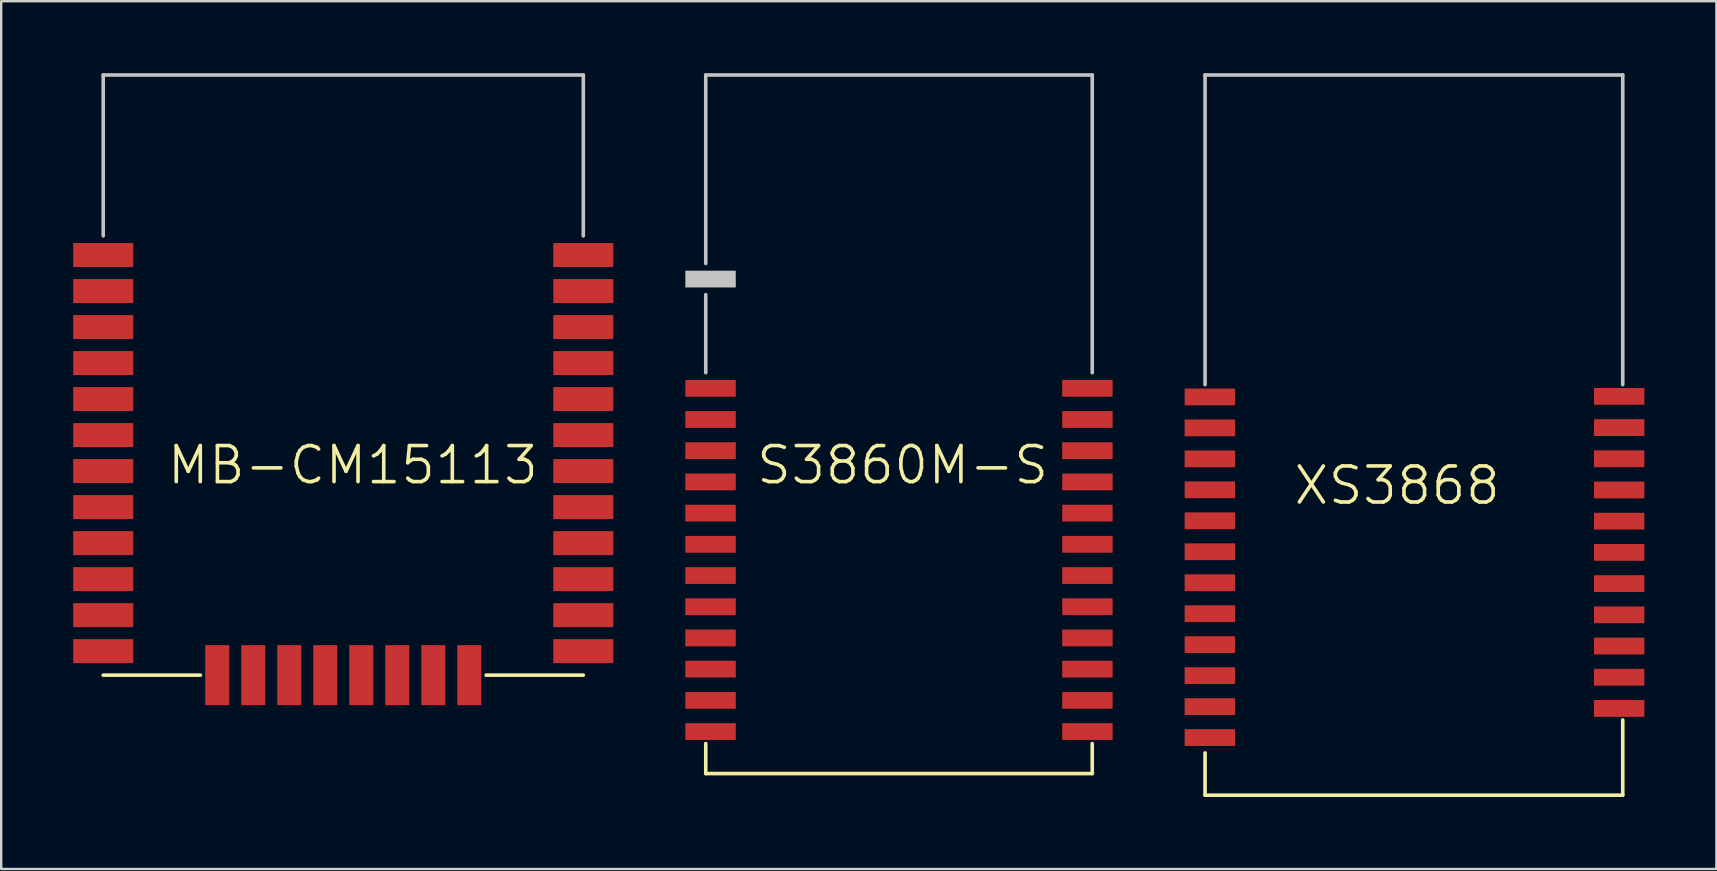
<source format=kicad_pcb>
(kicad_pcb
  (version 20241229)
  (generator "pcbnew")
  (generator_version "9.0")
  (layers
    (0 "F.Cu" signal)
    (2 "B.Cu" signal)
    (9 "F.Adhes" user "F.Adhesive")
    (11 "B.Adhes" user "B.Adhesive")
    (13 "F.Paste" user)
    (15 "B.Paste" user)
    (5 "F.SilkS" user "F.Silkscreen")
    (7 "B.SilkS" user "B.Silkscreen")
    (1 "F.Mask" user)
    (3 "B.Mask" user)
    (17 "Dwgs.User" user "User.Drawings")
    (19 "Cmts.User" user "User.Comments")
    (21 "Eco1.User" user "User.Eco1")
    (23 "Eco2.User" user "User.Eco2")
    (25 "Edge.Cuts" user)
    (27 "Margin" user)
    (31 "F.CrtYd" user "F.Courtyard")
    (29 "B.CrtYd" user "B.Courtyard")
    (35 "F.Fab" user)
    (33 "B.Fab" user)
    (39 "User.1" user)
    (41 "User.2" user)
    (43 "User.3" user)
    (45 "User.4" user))
  (footprint "S3860M-S"
    (layer "F.Cu")
    (at 26.55 28.975)
    (property "Reference" "S3860M-S" (at 8 -12.65 0) (layer "F.SilkS") (effects (font (size 1.5 1.5) (thickness 0.15))))
    (attr through_hole)
    (fp_line (start -0.2 -1.05) (end -0.2 0.2) (stroke (width 0.15) (type solid)) (layer "F.SilkS"))
    (fp_line (start -0.2 0.2) (end 15.9 0.2) (stroke (width 0.15) (type solid)) (layer "F.SilkS"))
    (fp_line (start 15.9 0.2) (end 15.9 -1.05) (stroke (width 0.15) (type solid)) (layer "F.SilkS"))
    (fp_line (start -0.2 -28.9) (end -0.2 -21.05) (stroke (width 0.15) (type solid)) (layer "Dwgs.User"))
    (fp_line (start -0.2 -19.75) (end -0.2 -16.5) (stroke (width 0.15) (type solid)) (layer "Dwgs.User"))
    (fp_line (start 15.9 -28.9) (end -0.2 -28.9) (stroke (width 0.15) (type solid)) (layer "Dwgs.User"))
    (fp_line (start 15.9 -16.5) (end 15.9 -28.9) (stroke (width 0.15) (type solid)) (layer "Dwgs.User"))
    (pad "" smd rect (at 0 -20.4) (size 2.1 0.7) (layers "Dwgs.User"))
    (pad "2" smd rect (at 0 -15.85) (size 2.1 0.7) (layers "F.Cu" "F.Mask" "F.Paste"))
    (pad "3" smd rect (at 0 -14.55) (size 2.1 0.7) (layers "F.Cu" "F.Mask" "F.Paste"))
    (pad "4" smd rect (at 0 -13.25) (size 2.1 0.7) (layers "F.Cu" "F.Mask" "F.Paste"))
    (pad "5" smd rect (at 0 -11.95) (size 2.1 0.7) (layers "F.Cu" "F.Mask" "F.Paste"))
    (pad "6" smd rect (at 0 -10.65) (size 2.1 0.7) (layers "F.Cu" "F.Mask" "F.Paste"))
    (pad "7" smd rect (at 0 -9.35) (size 2.1 0.7) (layers "F.Cu" "F.Mask" "F.Paste"))
    (pad "8" smd rect (at 0 -8.05) (size 2.1 0.7) (layers "F.Cu" "F.Mask" "F.Paste"))
    (pad "9" smd rect (at 0 -6.75) (size 2.1 0.7) (layers "F.Cu" "F.Mask" "F.Paste"))
    (pad "10" smd rect (at 0 -5.45) (size 2.1 0.7) (layers "F.Cu" "F.Mask" "F.Paste"))
    (pad "11" smd rect (at 0 -4.15) (size 2.1 0.7) (layers "F.Cu" "F.Mask" "F.Paste"))
    (pad "12" smd rect (at 0 -2.85) (size 2.1 0.7) (layers "F.Cu" "F.Mask" "F.Paste"))
    (pad "13" smd rect (at 0 -1.55) (size 2.1 0.7) (layers "F.Cu" "F.Mask" "F.Paste"))
    (pad "14" smd rect (at 15.7 -1.55) (size 2.1 0.7) (layers "F.Cu" "F.Mask" "F.Paste"))
    (pad "15" smd rect (at 15.7 -2.85) (size 2.1 0.7) (layers "F.Cu" "F.Mask" "F.Paste"))
    (pad "16" smd rect (at 15.7 -4.15) (size 2.1 0.7) (layers "F.Cu" "F.Mask" "F.Paste"))
    (pad "17" smd rect (at 15.7 -5.45) (size 2.1 0.7) (layers "F.Cu" "F.Mask" "F.Paste"))
    (pad "18" smd rect (at 15.7 -6.75) (size 2.1 0.7) (layers "F.Cu" "F.Mask" "F.Paste"))
    (pad "19" smd rect (at 15.7 -8.05) (size 2.1 0.7) (layers "F.Cu" "F.Mask" "F.Paste"))
    (pad "20" smd rect (at 15.7 -9.35) (size 2.1 0.7) (layers "F.Cu" "F.Mask" "F.Paste"))
    (pad "21" smd rect (at 15.7 -10.65) (size 2.1 0.7) (layers "F.Cu" "F.Mask" "F.Paste"))
    (pad "22" smd rect (at 15.7 -11.95) (size 2.1 0.7) (layers "F.Cu" "F.Mask" "F.Paste"))
    (pad "23" smd rect (at 15.7 -13.25) (size 2.1 0.7) (layers "F.Cu" "F.Mask" "F.Paste"))
    (pad "24" smd rect (at 15.7 -14.55) (size 2.1 0.7) (layers "F.Cu" "F.Mask" "F.Paste"))
    (pad "25" smd rect (at 15.7 -15.85) (size 2.1 0.7) (layers "F.Cu" "F.Mask" "F.Paste")))
  (footprint "XS3868"
    (layer "F.Cu")
    (at 47.35 28.975)
    (property "Reference" "XS3868" (at 7.8 -11.8 0) (layer "F.SilkS") (effects (font (size 1.5 1.5) (thickness 0.15))))
    (attr through_hole)
    (fp_line (start -0.2 -0.66) (end -0.2 1.1) (stroke (width 0.15) (type solid)) (layer "F.SilkS"))
    (fp_line (start -0.2 1.1) (end 17.2 1.1) (stroke (width 0.15) (type solid)) (layer "F.SilkS"))
    (fp_line (start 17.2 1.1) (end 17.2 -2.032) (stroke (width 0.15) (type solid)) (layer "F.SilkS"))
    (fp_line (start -0.2 -28.9) (end -0.2 -16.002) (stroke (width 0.15) (type solid)) (layer "Dwgs.User"))
    (fp_line (start 17.2 -28.9) (end -0.2 -28.9) (stroke (width 0.15) (type solid)) (layer "Dwgs.User"))
    (fp_line (start 17.2 -16.002) (end 17.2 -28.9) (stroke (width 0.15) (type solid)) (layer "Dwgs.User"))
    (pad "1" smd rect (at 0 -15.49) (size 2.1 0.7) (layers "F.Cu" "F.Mask" "F.Paste"))
    (pad "2" smd rect (at 0 -14.2) (size 2.1 0.7) (layers "F.Cu" "F.Mask" "F.Paste"))
    (pad "3" smd rect (at 0 -12.91) (size 2.1 0.7) (layers "F.Cu" "F.Mask" "F.Paste"))
    (pad "4" smd rect (at 0 -11.62) (size 2.1 0.7) (layers "F.Cu" "F.Mask" "F.Paste"))
    (pad "5" smd rect (at 0 -10.33) (size 2.1 0.7) (layers "F.Cu" "F.Mask" "F.Paste"))
    (pad "6" smd rect (at 0 -9.04) (size 2.1 0.7) (layers "F.Cu" "F.Mask" "F.Paste"))
    (pad "7" smd rect (at 0 -7.75) (size 2.1 0.7) (layers "F.Cu" "F.Mask" "F.Paste"))
    (pad "8" smd rect (at 0 -6.46) (size 2.1 0.7) (layers "F.Cu" "F.Mask" "F.Paste"))
    (pad "9" smd rect (at 0 -5.17) (size 2.1 0.7) (layers "F.Cu" "F.Mask" "F.Paste"))
    (pad "10" smd rect (at 0 -3.88) (size 2.1 0.7) (layers "F.Cu" "F.Mask" "F.Paste"))
    (pad "11" smd rect (at 0 -2.59) (size 2.1 0.7) (layers "F.Cu" "F.Mask" "F.Paste"))
    (pad "12" smd rect (at 0 -1.3) (size 2.1 0.7) (layers "F.Cu" "F.Mask" "F.Paste"))
    (pad "13" smd rect (at 17.051 -2.513) (size 2.1 0.7) (layers "F.Cu" "F.Mask" "F.Paste"))
    (pad "14" smd rect (at 17.051 -3.813) (size 2.1 0.7) (layers "F.Cu" "F.Mask" "F.Paste"))
    (pad "15" smd rect (at 17.051 -5.113) (size 2.1 0.7) (layers "F.Cu" "F.Mask" "F.Paste"))
    (pad "16" smd rect (at 17.051 -6.413) (size 2.1 0.7) (layers "F.Cu" "F.Mask" "F.Paste"))
    (pad "17" smd rect (at 17.051 -7.713) (size 2.1 0.7) (layers "F.Cu" "F.Mask" "F.Paste"))
    (pad "18" smd rect (at 17.051 -9.013) (size 2.1 0.7) (layers "F.Cu" "F.Mask" "F.Paste"))
    (pad "19" smd rect (at 17.051 -10.313) (size 2.1 0.7) (layers "F.Cu" "F.Mask" "F.Paste"))
    (pad "20" smd rect (at 17.051 -11.613) (size 2.1 0.7) (layers "F.Cu" "F.Mask" "F.Paste"))
    (pad "21" smd rect (at 17.051 -12.913) (size 2.1 0.7) (layers "F.Cu" "F.Mask" "F.Paste"))
    (pad "22" smd rect (at 17.051 -14.213) (size 2.1 0.7) (layers "F.Cu" "F.Mask" "F.Paste"))
    (pad "23" smd rect (at 17.051 -15.513) (size 2.1 0.7) (layers "F.Cu" "F.Mask" "F.Paste")))
  (footprint "MB-CM15113"
    (layer "F.Cu")
    (at 1.25 25.075)
    (property "Reference" "MB-CM15113" (at 10.4 -8.75 0) (layer "F.SilkS") (effects (font (size 1.5 1.5) (thickness 0.15))))
    (attr through_hole)
    (fp_line (start 0 0) (end 4.05 0) (stroke (width 0.15) (type solid)) (layer "F.SilkS"))
    (fp_line (start 20 0) (end 15.95 0) (stroke (width 0.15) (type solid)) (layer "F.SilkS"))
    (fp_line (start 0 -25) (end 0 -18.3) (stroke (width 0.15) (type solid)) (layer "Dwgs.User"))
    (fp_line (start 20 -25) (end 0 -25) (stroke (width 0.15) (type solid)) (layer "Dwgs.User"))
    (fp_line (start 20 -18.3) (end 20 -25) (stroke (width 0.15) (type solid)) (layer "Dwgs.User"))
    (pad "1" smd rect (at 0 -17.5) (size 2.5 1) (layers "F.Cu" "F.Mask" "F.Paste"))
    (pad "2" smd rect (at 0 -16) (size 2.5 1) (layers "F.Cu" "F.Mask" "F.Paste"))
    (pad "3" smd rect (at 0 -14.5) (size 2.5 1) (layers "F.Cu" "F.Mask" "F.Paste"))
    (pad "4" smd rect (at 0 -13) (size 2.5 1) (layers "F.Cu" "F.Mask" "F.Paste"))
    (pad "5" smd rect (at 0 -11.5) (size 2.5 1) (layers "F.Cu" "F.Mask" "F.Paste"))
    (pad "6" smd rect (at 0 -10) (size 2.5 1) (layers "F.Cu" "F.Mask" "F.Paste"))
    (pad "7" smd rect (at 0 -8.5) (size 2.5 1) (layers "F.Cu" "F.Mask" "F.Paste"))
    (pad "8" smd rect (at 0 -7) (size 2.5 1) (layers "F.Cu" "F.Mask" "F.Paste"))
    (pad "9" smd rect (at 0 -5.5) (size 2.5 1) (layers "F.Cu" "F.Mask" "F.Paste"))
    (pad "10" smd rect (at 0 -4) (size 2.5 1) (layers "F.Cu" "F.Mask" "F.Paste"))
    (pad "11" smd rect (at 0 -2.5) (size 2.5 1) (layers "F.Cu" "F.Mask" "F.Paste"))
    (pad "12" smd rect (at 0 -1) (size 2.5 1) (layers "F.Cu" "F.Mask" "F.Paste"))
    (pad "13" smd rect (at 4.75 0) (size 1 2.5) (layers "F.Cu" "F.Mask" "F.Paste"))
    (pad "14" smd rect (at 6.25 0) (size 1 2.5) (layers "F.Cu" "F.Mask" "F.Paste"))
    (pad "15" smd rect (at 7.75 0) (size 1 2.5) (layers "F.Cu" "F.Mask" "F.Paste"))
    (pad "16" smd rect (at 9.25 0) (size 1 2.5) (layers "F.Cu" "F.Mask" "F.Paste"))
    (pad "17" smd rect (at 10.75 0) (size 1 2.5) (layers "F.Cu" "F.Mask" "F.Paste"))
    (pad "18" smd rect (at 12.25 0) (size 1 2.5) (layers "F.Cu" "F.Mask" "F.Paste"))
    (pad "19" smd rect (at 13.75 0) (size 1 2.5) (layers "F.Cu" "F.Mask" "F.Paste"))
    (pad "20" smd rect (at 15.25 0) (size 1 2.5) (layers "F.Cu" "F.Mask" "F.Paste"))
    (pad "21" smd rect (at 20 -1) (size 2.5 1) (layers "F.Cu" "F.Mask" "F.Paste"))
    (pad "22" smd rect (at 20 -2.5) (size 2.5 1) (layers "F.Cu" "F.Mask" "F.Paste"))
    (pad "23" smd rect (at 20 -4) (size 2.5 1) (layers "F.Cu" "F.Mask" "F.Paste"))
    (pad "24" smd rect (at 20 -5.5) (size 2.5 1) (layers "F.Cu" "F.Mask" "F.Paste"))
    (pad "25" smd rect (at 20 -7) (size 2.5 1) (layers "F.Cu" "F.Mask" "F.Paste"))
    (pad "26" smd rect (at 20 -8.5) (size 2.5 1) (layers "F.Cu" "F.Mask" "F.Paste"))
    (pad "27" smd rect (at 20 -10) (size 2.5 1) (layers "F.Cu" "F.Mask" "F.Paste"))
    (pad "28" smd rect (at 20 -11.5) (size 2.5 1) (layers "F.Cu" "F.Mask" "F.Paste"))
    (pad "29" smd rect (at 20 -13) (size 2.5 1) (layers "F.Cu" "F.Mask" "F.Paste"))
    (pad "30" smd rect (at 20 -14.5) (size 2.5 1) (layers "F.Cu" "F.Mask" "F.Paste"))
    (pad "31" smd rect (at 20 -16) (size 2.5 1) (layers "F.Cu" "F.Mask" "F.Paste"))
    (pad "32" smd rect (at 20 -17.5) (size 2.5 1) (layers "F.Cu" "F.Mask" "F.Paste")))
  (gr_rect
    (start -3 -3)
    (end 68.451 33.15)
    (stroke (width 0.1) (type default))
    (fill no)
    (layer "Edge.Cuts")))
</source>
